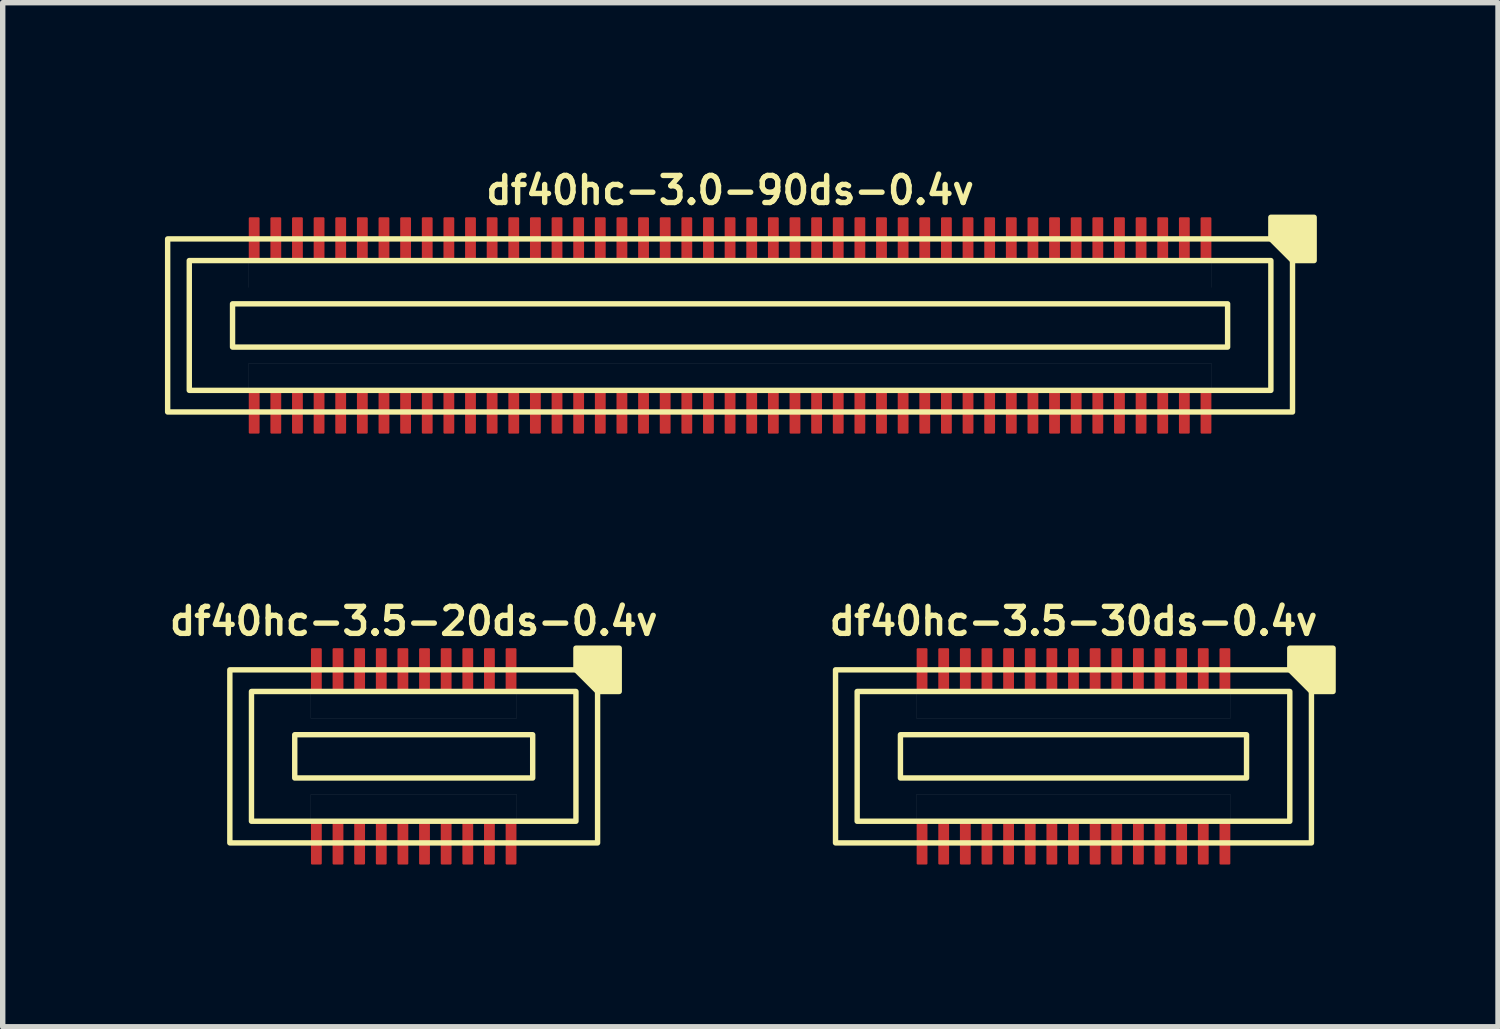
<source format=kicad_pcb>
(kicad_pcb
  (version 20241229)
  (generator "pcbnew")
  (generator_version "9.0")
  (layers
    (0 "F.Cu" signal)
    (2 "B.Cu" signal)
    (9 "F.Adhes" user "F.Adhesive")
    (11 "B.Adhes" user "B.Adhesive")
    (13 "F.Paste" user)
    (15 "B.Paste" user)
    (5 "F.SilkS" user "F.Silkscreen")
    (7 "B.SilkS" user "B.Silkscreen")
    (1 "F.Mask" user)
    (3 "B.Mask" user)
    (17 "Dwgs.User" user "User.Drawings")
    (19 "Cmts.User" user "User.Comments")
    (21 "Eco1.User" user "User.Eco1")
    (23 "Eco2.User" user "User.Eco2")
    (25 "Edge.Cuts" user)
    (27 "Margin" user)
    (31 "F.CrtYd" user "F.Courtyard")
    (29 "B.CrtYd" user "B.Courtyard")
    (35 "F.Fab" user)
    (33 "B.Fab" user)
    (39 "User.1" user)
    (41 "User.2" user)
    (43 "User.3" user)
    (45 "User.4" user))
  (footprint "df40hc-3.5-30ds-0.4v"
    (layer "F.Cu")
    (at 16.8 10.936)
    (property "Reference" "df40hc-3.5-30ds-0.4v" (at 0 -2.5 180) (layer "F.SilkS") (effects (font (size 0.5 0.5) (thickness 0.1))))
    (attr smd)
    (fp_rect (start -3.2 -0.4) (end 3.2 0.4) (stroke (width 0.1) (type default)) (fill no) (layer "F.SilkS"))
    (fp_rect (start 4 -1.2) (end -4 1.2) (stroke (width 0.1) (type default)) (fill no) (layer "F.SilkS"))
    (fp_rect (start 4.4 -1.6) (end -4.4 1.6) (stroke (width 0.1) (type default)) (fill no) (layer "F.SilkS"))
    (fp_poly (pts (xy 4 -1.6) (xy 4 -2) (xy 4.8 -2) (xy 4.8 -1.2) (xy 4.4 -1.2)) (stroke (width 0.1) (type solid)) (fill yes) (layer "F.SilkS"))
    (fp_poly (pts (xy -2.9 -1.2) (xy 2.9 -1.2) (xy 2.9 -0.7) (xy -2.9 -0.7)) (stroke (width 0.001) (type solid)) (fill no) (layer "Dwgs.User"))
    (fp_poly (pts (xy -2.9 0.7) (xy 2.9 0.7) (xy 2.9 1.2) (xy -2.9 1.2)) (stroke (width 0.001) (type solid)) (fill no) (layer "Dwgs.User"))
    (pad "1" smd roundrect (at 2.8 -1.6) (size 0.2 0.8) (layers "F.Cu" "F.Mask" "F.Paste") (roundrect_rratio 0.1))
    (pad "2" smd roundrect (at 2.8 1.6) (size 0.2 0.8) (layers "F.Cu" "F.Mask" "F.Paste") (roundrect_rratio 0.1))
    (pad "3" smd roundrect (at 2.4 -1.6) (size 0.2 0.8) (layers "F.Cu" "F.Mask" "F.Paste") (roundrect_rratio 0.1))
    (pad "4" smd roundrect (at 2.4 1.6) (size 0.2 0.8) (layers "F.Cu" "F.Mask" "F.Paste") (roundrect_rratio 0.1))
    (pad "5" smd roundrect (at 2 -1.6) (size 0.2 0.8) (layers "F.Cu" "F.Mask" "F.Paste") (roundrect_rratio 0.1))
    (pad "6" smd roundrect (at 2 1.6) (size 0.2 0.8) (layers "F.Cu" "F.Mask" "F.Paste") (roundrect_rratio 0.1))
    (pad "7" smd roundrect (at 1.6 -1.6) (size 0.2 0.8) (layers "F.Cu" "F.Mask" "F.Paste") (roundrect_rratio 0.1))
    (pad "8" smd roundrect (at 1.6 1.6) (size 0.2 0.8) (layers "F.Cu" "F.Mask" "F.Paste") (roundrect_rratio 0.1))
    (pad "9" smd roundrect (at 1.2 -1.6) (size 0.2 0.8) (layers "F.Cu" "F.Mask" "F.Paste") (roundrect_rratio 0.1))
    (pad "10" smd roundrect (at 1.2 1.6) (size 0.2 0.8) (layers "F.Cu" "F.Mask" "F.Paste") (roundrect_rratio 0.1))
    (pad "11" smd roundrect (at 0.8 -1.6) (size 0.2 0.8) (layers "F.Cu" "F.Mask" "F.Paste") (roundrect_rratio 0.1))
    (pad "12" smd roundrect (at 0.8 1.6) (size 0.2 0.8) (layers "F.Cu" "F.Mask" "F.Paste") (roundrect_rratio 0.1))
    (pad "13" smd roundrect (at 0.4 -1.6) (size 0.2 0.8) (layers "F.Cu" "F.Mask" "F.Paste") (roundrect_rratio 0.1))
    (pad "14" smd roundrect (at 0.4 1.6) (size 0.2 0.8) (layers "F.Cu" "F.Mask" "F.Paste") (roundrect_rratio 0.1))
    (pad "15" smd roundrect (at 0 -1.6) (size 0.2 0.8) (layers "F.Cu" "F.Mask" "F.Paste") (roundrect_rratio 0.1))
    (pad "16" smd roundrect (at 0 1.6) (size 0.2 0.8) (layers "F.Cu" "F.Mask" "F.Paste") (roundrect_rratio 0.1))
    (pad "17" smd roundrect (at -0.4 -1.6) (size 0.2 0.8) (layers "F.Cu" "F.Mask" "F.Paste") (roundrect_rratio 0.1))
    (pad "18" smd roundrect (at -0.4 1.6) (size 0.2 0.8) (layers "F.Cu" "F.Mask" "F.Paste") (roundrect_rratio 0.1))
    (pad "19" smd roundrect (at -0.8 -1.6) (size 0.2 0.8) (layers "F.Cu" "F.Mask" "F.Paste") (roundrect_rratio 0.1))
    (pad "20" smd roundrect (at -0.8 1.6) (size 0.2 0.8) (layers "F.Cu" "F.Mask" "F.Paste") (roundrect_rratio 0.1))
    (pad "21" smd roundrect (at -1.2 -1.6) (size 0.2 0.8) (layers "F.Cu" "F.Mask" "F.Paste") (roundrect_rratio 0.1))
    (pad "22" smd roundrect (at -1.2 1.6) (size 0.2 0.8) (layers "F.Cu" "F.Mask" "F.Paste") (roundrect_rratio 0.1))
    (pad "23" smd roundrect (at -1.6 -1.6) (size 0.2 0.8) (layers "F.Cu" "F.Mask" "F.Paste") (roundrect_rratio 0.1))
    (pad "24" smd roundrect (at -1.6 1.6) (size 0.2 0.8) (layers "F.Cu" "F.Mask" "F.Paste") (roundrect_rratio 0.1))
    (pad "25" smd roundrect (at -2 -1.6) (size 0.2 0.8) (layers "F.Cu" "F.Mask" "F.Paste") (roundrect_rratio 0.1))
    (pad "26" smd roundrect (at -2 1.6) (size 0.2 0.8) (layers "F.Cu" "F.Mask" "F.Paste") (roundrect_rratio 0.1))
    (pad "27" smd roundrect (at -2.4 -1.6) (size 0.2 0.8) (layers "F.Cu" "F.Mask" "F.Paste") (roundrect_rratio 0.1))
    (pad "28" smd roundrect (at -2.4 1.6) (size 0.2 0.8) (layers "F.Cu" "F.Mask" "F.Paste") (roundrect_rratio 0.1))
    (pad "29" smd roundrect (at -2.8 -1.6) (size 0.2 0.8) (layers "F.Cu" "F.Mask" "F.Paste") (roundrect_rratio 0.1))
    (pad "30" smd roundrect (at -2.8 1.6) (size 0.2 0.8) (layers "F.Cu" "F.Mask" "F.Paste") (roundrect_rratio 0.1)))
  (footprint "df40hc-3.5-20ds-0.4v"
    (layer "F.Cu")
    (at 4.6 10.936)
    (property "Reference" "df40hc-3.5-20ds-0.4v" (at 0 -2.5 180) (layer "F.SilkS") (effects (font (size 0.5 0.5) (thickness 0.1))))
    (attr smd)
    (fp_rect (start -2.2 -0.4) (end 2.2 0.4) (stroke (width 0.1) (type default)) (fill no) (layer "F.SilkS"))
    (fp_rect (start 3 -1.2) (end -3 1.2) (stroke (width 0.1) (type default)) (fill no) (layer "F.SilkS"))
    (fp_rect (start 3.4 -1.6) (end -3.4 1.6) (stroke (width 0.1) (type default)) (fill no) (layer "F.SilkS"))
    (fp_poly (pts (xy 3 -1.6) (xy 3 -2) (xy 3.8 -2) (xy 3.8 -1.2) (xy 3.4 -1.2)) (stroke (width 0.1) (type solid)) (fill yes) (layer "F.SilkS"))
    (fp_poly (pts (xy -1.9 -1.2) (xy 1.9 -1.2) (xy 1.9 -0.7) (xy -1.9 -0.7)) (stroke (width 0.001) (type solid)) (fill no) (layer "Dwgs.User"))
    (fp_poly (pts (xy -1.9 0.7) (xy 1.9 0.7) (xy 1.9 1.2) (xy -1.9 1.2)) (stroke (width 0.001) (type solid)) (fill no) (layer "Dwgs.User"))
    (pad "1" smd roundrect (at 1.8 -1.6) (size 0.2 0.8) (layers "F.Cu" "F.Mask" "F.Paste") (roundrect_rratio 0.1))
    (pad "2" smd roundrect (at 1.8 1.6) (size 0.2 0.8) (layers "F.Cu" "F.Mask" "F.Paste") (roundrect_rratio 0.1))
    (pad "3" smd roundrect (at 1.4 -1.6) (size 0.2 0.8) (layers "F.Cu" "F.Mask" "F.Paste") (roundrect_rratio 0.1))
    (pad "4" smd roundrect (at 1.4 1.6) (size 0.2 0.8) (layers "F.Cu" "F.Mask" "F.Paste") (roundrect_rratio 0.1))
    (pad "5" smd roundrect (at 1 -1.6) (size 0.2 0.8) (layers "F.Cu" "F.Mask" "F.Paste") (roundrect_rratio 0.1))
    (pad "6" smd roundrect (at 1 1.6) (size 0.2 0.8) (layers "F.Cu" "F.Mask" "F.Paste") (roundrect_rratio 0.1))
    (pad "7" smd roundrect (at 0.6 -1.6) (size 0.2 0.8) (layers "F.Cu" "F.Mask" "F.Paste") (roundrect_rratio 0.1))
    (pad "8" smd roundrect (at 0.6 1.6) (size 0.2 0.8) (layers "F.Cu" "F.Mask" "F.Paste") (roundrect_rratio 0.1))
    (pad "9" smd roundrect (at 0.2 -1.6) (size 0.2 0.8) (layers "F.Cu" "F.Mask" "F.Paste") (roundrect_rratio 0.1))
    (pad "10" smd roundrect (at 0.2 1.6) (size 0.2 0.8) (layers "F.Cu" "F.Mask" "F.Paste") (roundrect_rratio 0.1))
    (pad "11" smd roundrect (at -0.2 -1.6) (size 0.2 0.8) (layers "F.Cu" "F.Mask" "F.Paste") (roundrect_rratio 0.1))
    (pad "12" smd roundrect (at -0.2 1.6) (size 0.2 0.8) (layers "F.Cu" "F.Mask" "F.Paste") (roundrect_rratio 0.1))
    (pad "13" smd roundrect (at -0.6 -1.6) (size 0.2 0.8) (layers "F.Cu" "F.Mask" "F.Paste") (roundrect_rratio 0.1))
    (pad "14" smd roundrect (at -0.6 1.6) (size 0.2 0.8) (layers "F.Cu" "F.Mask" "F.Paste") (roundrect_rratio 0.1))
    (pad "15" smd roundrect (at -1 -1.6) (size 0.2 0.8) (layers "F.Cu" "F.Mask" "F.Paste") (roundrect_rratio 0.1))
    (pad "16" smd roundrect (at -1 1.6) (size 0.2 0.8) (layers "F.Cu" "F.Mask" "F.Paste") (roundrect_rratio 0.1))
    (pad "17" smd roundrect (at -1.4 -1.6) (size 0.2 0.8) (layers "F.Cu" "F.Mask" "F.Paste") (roundrect_rratio 0.1))
    (pad "18" smd roundrect (at -1.4 1.6) (size 0.2 0.8) (layers "F.Cu" "F.Mask" "F.Paste") (roundrect_rratio 0.1))
    (pad "19" smd roundrect (at -1.8 -1.6) (size 0.2 0.8) (layers "F.Cu" "F.Mask" "F.Paste") (roundrect_rratio 0.1))
    (pad "20" smd roundrect (at -1.8 1.6) (size 0.2 0.8) (layers "F.Cu" "F.Mask" "F.Paste") (roundrect_rratio 0.1)))
  (footprint "df40hc-3.0-90ds-0.4v"
    (layer "F.Cu")
    (at 10.45 2.968)
    (property "Reference" "df40hc-3.0-90ds-0.4v" (at 0 -2.5 180) (layer "F.SilkS") (effects (font (size 0.5 0.5) (thickness 0.1))))
    (attr smd)
    (fp_rect (start -9.2 -0.4) (end 9.2 0.4) (stroke (width 0.1) (type default)) (fill no) (layer "F.SilkS"))
    (fp_rect (start 10 -1.2) (end -10 1.2) (stroke (width 0.1) (type default)) (fill no) (layer "F.SilkS"))
    (fp_rect (start 10.4 -1.6) (end -10.4 1.6) (stroke (width 0.1) (type default)) (fill no) (layer "F.SilkS"))
    (fp_poly (pts (xy 10 -1.6) (xy 10 -2) (xy 10.8 -2) (xy 10.8 -1.2) (xy 10.4 -1.2)) (stroke (width 0.1) (type solid)) (fill yes) (layer "F.SilkS"))
    (fp_poly (pts (xy -8.9 -1.2) (xy 8.9 -1.2) (xy 8.9 -0.7) (xy -8.9 -0.7)) (stroke (width 0.001) (type solid)) (fill no) (layer "Dwgs.User"))
    (fp_poly (pts (xy -8.9 0.7) (xy 8.9 0.7) (xy 8.9 1.2) (xy -8.9 1.2)) (stroke (width 0.001) (type solid)) (fill no) (layer "Dwgs.User"))
    (pad "1" smd roundrect (at 8.8 -1.6) (size 0.2 0.8) (layers "F.Cu" "F.Mask" "F.Paste") (roundrect_rratio 0.1))
    (pad "2" smd roundrect (at 8.8 1.6) (size 0.2 0.8) (layers "F.Cu" "F.Mask" "F.Paste") (roundrect_rratio 0.1))
    (pad "3" smd roundrect (at 8.4 -1.6) (size 0.2 0.8) (layers "F.Cu" "F.Mask" "F.Paste") (roundrect_rratio 0.1))
    (pad "4" smd roundrect (at 8.4 1.6) (size 0.2 0.8) (layers "F.Cu" "F.Mask" "F.Paste") (roundrect_rratio 0.1))
    (pad "5" smd roundrect (at 8 -1.6) (size 0.2 0.8) (layers "F.Cu" "F.Mask" "F.Paste") (roundrect_rratio 0.1))
    (pad "6" smd roundrect (at 8 1.6) (size 0.2 0.8) (layers "F.Cu" "F.Mask" "F.Paste") (roundrect_rratio 0.1))
    (pad "7" smd roundrect (at 7.6 -1.6) (size 0.2 0.8) (layers "F.Cu" "F.Mask" "F.Paste") (roundrect_rratio 0.1))
    (pad "8" smd roundrect (at 7.6 1.6) (size 0.2 0.8) (layers "F.Cu" "F.Mask" "F.Paste") (roundrect_rratio 0.1))
    (pad "9" smd roundrect (at 7.2 -1.6) (size 0.2 0.8) (layers "F.Cu" "F.Mask" "F.Paste") (roundrect_rratio 0.1))
    (pad "10" smd roundrect (at 7.2 1.6) (size 0.2 0.8) (layers "F.Cu" "F.Mask" "F.Paste") (roundrect_rratio 0.1))
    (pad "11" smd roundrect (at 6.8 -1.6) (size 0.2 0.8) (layers "F.Cu" "F.Mask" "F.Paste") (roundrect_rratio 0.1))
    (pad "12" smd roundrect (at 6.8 1.6) (size 0.2 0.8) (layers "F.Cu" "F.Mask" "F.Paste") (roundrect_rratio 0.1))
    (pad "13" smd roundrect (at 6.4 -1.6) (size 0.2 0.8) (layers "F.Cu" "F.Mask" "F.Paste") (roundrect_rratio 0.1))
    (pad "14" smd roundrect (at 6.4 1.6) (size 0.2 0.8) (layers "F.Cu" "F.Mask" "F.Paste") (roundrect_rratio 0.1))
    (pad "15" smd roundrect (at 6 -1.6) (size 0.2 0.8) (layers "F.Cu" "F.Mask" "F.Paste") (roundrect_rratio 0.1))
    (pad "16" smd roundrect (at 6 1.6) (size 0.2 0.8) (layers "F.Cu" "F.Mask" "F.Paste") (roundrect_rratio 0.1))
    (pad "17" smd roundrect (at 5.6 -1.6) (size 0.2 0.8) (layers "F.Cu" "F.Mask" "F.Paste") (roundrect_rratio 0.1))
    (pad "18" smd roundrect (at 5.6 1.6) (size 0.2 0.8) (layers "F.Cu" "F.Mask" "F.Paste") (roundrect_rratio 0.1))
    (pad "19" smd roundrect (at 5.2 -1.6) (size 0.2 0.8) (layers "F.Cu" "F.Mask" "F.Paste") (roundrect_rratio 0.1))
    (pad "20" smd roundrect (at 5.2 1.6) (size 0.2 0.8) (layers "F.Cu" "F.Mask" "F.Paste") (roundrect_rratio 0.1))
    (pad "21" smd roundrect (at 4.8 -1.6) (size 0.2 0.8) (layers "F.Cu" "F.Mask" "F.Paste") (roundrect_rratio 0.1))
    (pad "22" smd roundrect (at 4.8 1.6) (size 0.2 0.8) (layers "F.Cu" "F.Mask" "F.Paste") (roundrect_rratio 0.1))
    (pad "23" smd roundrect (at 4.4 -1.6) (size 0.2 0.8) (layers "F.Cu" "F.Mask" "F.Paste") (roundrect_rratio 0.1))
    (pad "24" smd roundrect (at 4.4 1.6) (size 0.2 0.8) (layers "F.Cu" "F.Mask" "F.Paste") (roundrect_rratio 0.1))
    (pad "25" smd roundrect (at 4 -1.6) (size 0.2 0.8) (layers "F.Cu" "F.Mask" "F.Paste") (roundrect_rratio 0.1))
    (pad "26" smd roundrect (at 4 1.6) (size 0.2 0.8) (layers "F.Cu" "F.Mask" "F.Paste") (roundrect_rratio 0.1))
    (pad "27" smd roundrect (at 3.6 -1.6) (size 0.2 0.8) (layers "F.Cu" "F.Mask" "F.Paste") (roundrect_rratio 0.1))
    (pad "28" smd roundrect (at 3.6 1.6) (size 0.2 0.8) (layers "F.Cu" "F.Mask" "F.Paste") (roundrect_rratio 0.1))
    (pad "29" smd roundrect (at 3.2 -1.6) (size 0.2 0.8) (layers "F.Cu" "F.Mask" "F.Paste") (roundrect_rratio 0.1))
    (pad "30" smd roundrect (at 3.2 1.6) (size 0.2 0.8) (layers "F.Cu" "F.Mask" "F.Paste") (roundrect_rratio 0.1))
    (pad "31" smd roundrect (at 2.8 -1.6) (size 0.2 0.8) (layers "F.Cu" "F.Mask" "F.Paste") (roundrect_rratio 0.1))
    (pad "32" smd roundrect (at 2.8 1.6) (size 0.2 0.8) (layers "F.Cu" "F.Mask" "F.Paste") (roundrect_rratio 0.1))
    (pad "33" smd roundrect (at 2.4 -1.6) (size 0.2 0.8) (layers "F.Cu" "F.Mask" "F.Paste") (roundrect_rratio 0.1))
    (pad "34" smd roundrect (at 2.4 1.6) (size 0.2 0.8) (layers "F.Cu" "F.Mask" "F.Paste") (roundrect_rratio 0.1))
    (pad "35" smd roundrect (at 2 -1.6) (size 0.2 0.8) (layers "F.Cu" "F.Mask" "F.Paste") (roundrect_rratio 0.1))
    (pad "36" smd roundrect (at 2 1.6) (size 0.2 0.8) (layers "F.Cu" "F.Mask" "F.Paste") (roundrect_rratio 0.1))
    (pad "37" smd roundrect (at 1.6 -1.6) (size 0.2 0.8) (layers "F.Cu" "F.Mask" "F.Paste") (roundrect_rratio 0.1))
    (pad "38" smd roundrect (at 1.6 1.6) (size 0.2 0.8) (layers "F.Cu" "F.Mask" "F.Paste") (roundrect_rratio 0.1))
    (pad "39" smd roundrect (at 1.2 -1.6) (size 0.2 0.8) (layers "F.Cu" "F.Mask" "F.Paste") (roundrect_rratio 0.1))
    (pad "40" smd roundrect (at 1.2 1.6) (size 0.2 0.8) (layers "F.Cu" "F.Mask" "F.Paste") (roundrect_rratio 0.1))
    (pad "41" smd roundrect (at 0.8 -1.6) (size 0.2 0.8) (layers "F.Cu" "F.Mask" "F.Paste") (roundrect_rratio 0.1))
    (pad "42" smd roundrect (at 0.8 1.6) (size 0.2 0.8) (layers "F.Cu" "F.Mask" "F.Paste") (roundrect_rratio 0.1))
    (pad "43" smd roundrect (at 0.4 -1.6) (size 0.2 0.8) (layers "F.Cu" "F.Mask" "F.Paste") (roundrect_rratio 0.1))
    (pad "44" smd roundrect (at 0.4 1.6) (size 0.2 0.8) (layers "F.Cu" "F.Mask" "F.Paste") (roundrect_rratio 0.1))
    (pad "45" smd roundrect (at 0 -1.6) (size 0.2 0.8) (layers "F.Cu" "F.Mask" "F.Paste") (roundrect_rratio 0.1))
    (pad "46" smd roundrect (at 0 1.6) (size 0.2 0.8) (layers "F.Cu" "F.Mask" "F.Paste") (roundrect_rratio 0.1))
    (pad "47" smd roundrect (at -0.4 -1.6) (size 0.2 0.8) (layers "F.Cu" "F.Mask" "F.Paste") (roundrect_rratio 0.1))
    (pad "48" smd roundrect (at -0.4 1.6) (size 0.2 0.8) (layers "F.Cu" "F.Mask" "F.Paste") (roundrect_rratio 0.1))
    (pad "49" smd roundrect (at -0.8 -1.6) (size 0.2 0.8) (layers "F.Cu" "F.Mask" "F.Paste") (roundrect_rratio 0.1))
    (pad "50" smd roundrect (at -0.8 1.6) (size 0.2 0.8) (layers "F.Cu" "F.Mask" "F.Paste") (roundrect_rratio 0.1))
    (pad "51" smd roundrect (at -1.2 -1.6) (size 0.2 0.8) (layers "F.Cu" "F.Mask" "F.Paste") (roundrect_rratio 0.1))
    (pad "52" smd roundrect (at -1.2 1.6) (size 0.2 0.8) (layers "F.Cu" "F.Mask" "F.Paste") (roundrect_rratio 0.1))
    (pad "53" smd roundrect (at -1.6 -1.6) (size 0.2 0.8) (layers "F.Cu" "F.Mask" "F.Paste") (roundrect_rratio 0.1))
    (pad "54" smd roundrect (at -1.6 1.6) (size 0.2 0.8) (layers "F.Cu" "F.Mask" "F.Paste") (roundrect_rratio 0.1))
    (pad "55" smd roundrect (at -2 -1.6) (size 0.2 0.8) (layers "F.Cu" "F.Mask" "F.Paste") (roundrect_rratio 0.1))
    (pad "56" smd roundrect (at -2 1.6) (size 0.2 0.8) (layers "F.Cu" "F.Mask" "F.Paste") (roundrect_rratio 0.1))
    (pad "57" smd roundrect (at -2.4 -1.6) (size 0.2 0.8) (layers "F.Cu" "F.Mask" "F.Paste") (roundrect_rratio 0.1))
    (pad "58" smd roundrect (at -2.4 1.6) (size 0.2 0.8) (layers "F.Cu" "F.Mask" "F.Paste") (roundrect_rratio 0.1))
    (pad "59" smd roundrect (at -2.8 -1.6) (size 0.2 0.8) (layers "F.Cu" "F.Mask" "F.Paste") (roundrect_rratio 0.1))
    (pad "60" smd roundrect (at -2.8 1.6) (size 0.2 0.8) (layers "F.Cu" "F.Mask" "F.Paste") (roundrect_rratio 0.1))
    (pad "61" smd roundrect (at -3.2 -1.6) (size 0.2 0.8) (layers "F.Cu" "F.Mask" "F.Paste") (roundrect_rratio 0.1))
    (pad "62" smd roundrect (at -3.2 1.6) (size 0.2 0.8) (layers "F.Cu" "F.Mask" "F.Paste") (roundrect_rratio 0.1))
    (pad "63" smd roundrect (at -3.6 -1.6) (size 0.2 0.8) (layers "F.Cu" "F.Mask" "F.Paste") (roundrect_rratio 0.1))
    (pad "64" smd roundrect (at -3.6 1.6) (size 0.2 0.8) (layers "F.Cu" "F.Mask" "F.Paste") (roundrect_rratio 0.1))
    (pad "65" smd roundrect (at -4 -1.6) (size 0.2 0.8) (layers "F.Cu" "F.Mask" "F.Paste") (roundrect_rratio 0.1))
    (pad "66" smd roundrect (at -4 1.6) (size 0.2 0.8) (layers "F.Cu" "F.Mask" "F.Paste") (roundrect_rratio 0.1))
    (pad "67" smd roundrect (at -4.4 -1.6) (size 0.2 0.8) (layers "F.Cu" "F.Mask" "F.Paste") (roundrect_rratio 0.1))
    (pad "68" smd roundrect (at -4.4 1.6) (size 0.2 0.8) (layers "F.Cu" "F.Mask" "F.Paste") (roundrect_rratio 0.1))
    (pad "69" smd roundrect (at -4.8 -1.6) (size 0.2 0.8) (layers "F.Cu" "F.Mask" "F.Paste") (roundrect_rratio 0.1))
    (pad "70" smd roundrect (at -4.8 1.6) (size 0.2 0.8) (layers "F.Cu" "F.Mask" "F.Paste") (roundrect_rratio 0.1))
    (pad "71" smd roundrect (at -5.2 -1.6) (size 0.2 0.8) (layers "F.Cu" "F.Mask" "F.Paste") (roundrect_rratio 0.1))
    (pad "72" smd roundrect (at -5.2 1.6) (size 0.2 0.8) (layers "F.Cu" "F.Mask" "F.Paste") (roundrect_rratio 0.1))
    (pad "73" smd roundrect (at -5.6 -1.6) (size 0.2 0.8) (layers "F.Cu" "F.Mask" "F.Paste") (roundrect_rratio 0.1))
    (pad "74" smd roundrect (at -5.6 1.6) (size 0.2 0.8) (layers "F.Cu" "F.Mask" "F.Paste") (roundrect_rratio 0.1))
    (pad "75" smd roundrect (at -6 -1.6) (size 0.2 0.8) (layers "F.Cu" "F.Mask" "F.Paste") (roundrect_rratio 0.1))
    (pad "76" smd roundrect (at -6 1.6) (size 0.2 0.8) (layers "F.Cu" "F.Mask" "F.Paste") (roundrect_rratio 0.1))
    (pad "77" smd roundrect (at -6.4 -1.6) (size 0.2 0.8) (layers "F.Cu" "F.Mask" "F.Paste") (roundrect_rratio 0.1))
    (pad "78" smd roundrect (at -6.4 1.6) (size 0.2 0.8) (layers "F.Cu" "F.Mask" "F.Paste") (roundrect_rratio 0.1))
    (pad "79" smd roundrect (at -6.8 -1.6) (size 0.2 0.8) (layers "F.Cu" "F.Mask" "F.Paste") (roundrect_rratio 0.1))
    (pad "80" smd roundrect (at -6.8 1.6) (size 0.2 0.8) (layers "F.Cu" "F.Mask" "F.Paste") (roundrect_rratio 0.1))
    (pad "81" smd roundrect (at -7.2 -1.6) (size 0.2 0.8) (layers "F.Cu" "F.Mask" "F.Paste") (roundrect_rratio 0.1))
    (pad "82" smd roundrect (at -7.2 1.6) (size 0.2 0.8) (layers "F.Cu" "F.Mask" "F.Paste") (roundrect_rratio 0.1))
    (pad "83" smd roundrect (at -7.6 -1.6) (size 0.2 0.8) (layers "F.Cu" "F.Mask" "F.Paste") (roundrect_rratio 0.1))
    (pad "84" smd roundrect (at -7.6 1.6) (size 0.2 0.8) (layers "F.Cu" "F.Mask" "F.Paste") (roundrect_rratio 0.1))
    (pad "85" smd roundrect (at -8 -1.6) (size 0.2 0.8) (layers "F.Cu" "F.Mask" "F.Paste") (roundrect_rratio 0.1))
    (pad "86" smd roundrect (at -8 1.6) (size 0.2 0.8) (layers "F.Cu" "F.Mask" "F.Paste") (roundrect_rratio 0.1))
    (pad "87" smd roundrect (at -8.4 -1.6) (size 0.2 0.8) (layers "F.Cu" "F.Mask" "F.Paste") (roundrect_rratio 0.1))
    (pad "88" smd roundrect (at -8.4 1.6) (size 0.2 0.8) (layers "F.Cu" "F.Mask" "F.Paste") (roundrect_rratio 0.1))
    (pad "89" smd roundrect (at -8.8 -1.6) (size 0.2 0.8) (layers "F.Cu" "F.Mask" "F.Paste") (roundrect_rratio 0.1))
    (pad "90" smd roundrect (at -8.8 1.6) (size 0.2 0.8) (layers "F.Cu" "F.Mask" "F.Paste") (roundrect_rratio 0.1)))
  (gr_rect
    (start -3 -3)
    (end 24.65 15.936)
    (stroke (width 0.1) (type default))
    (fill no)
    (layer "Edge.Cuts")))
</source>
